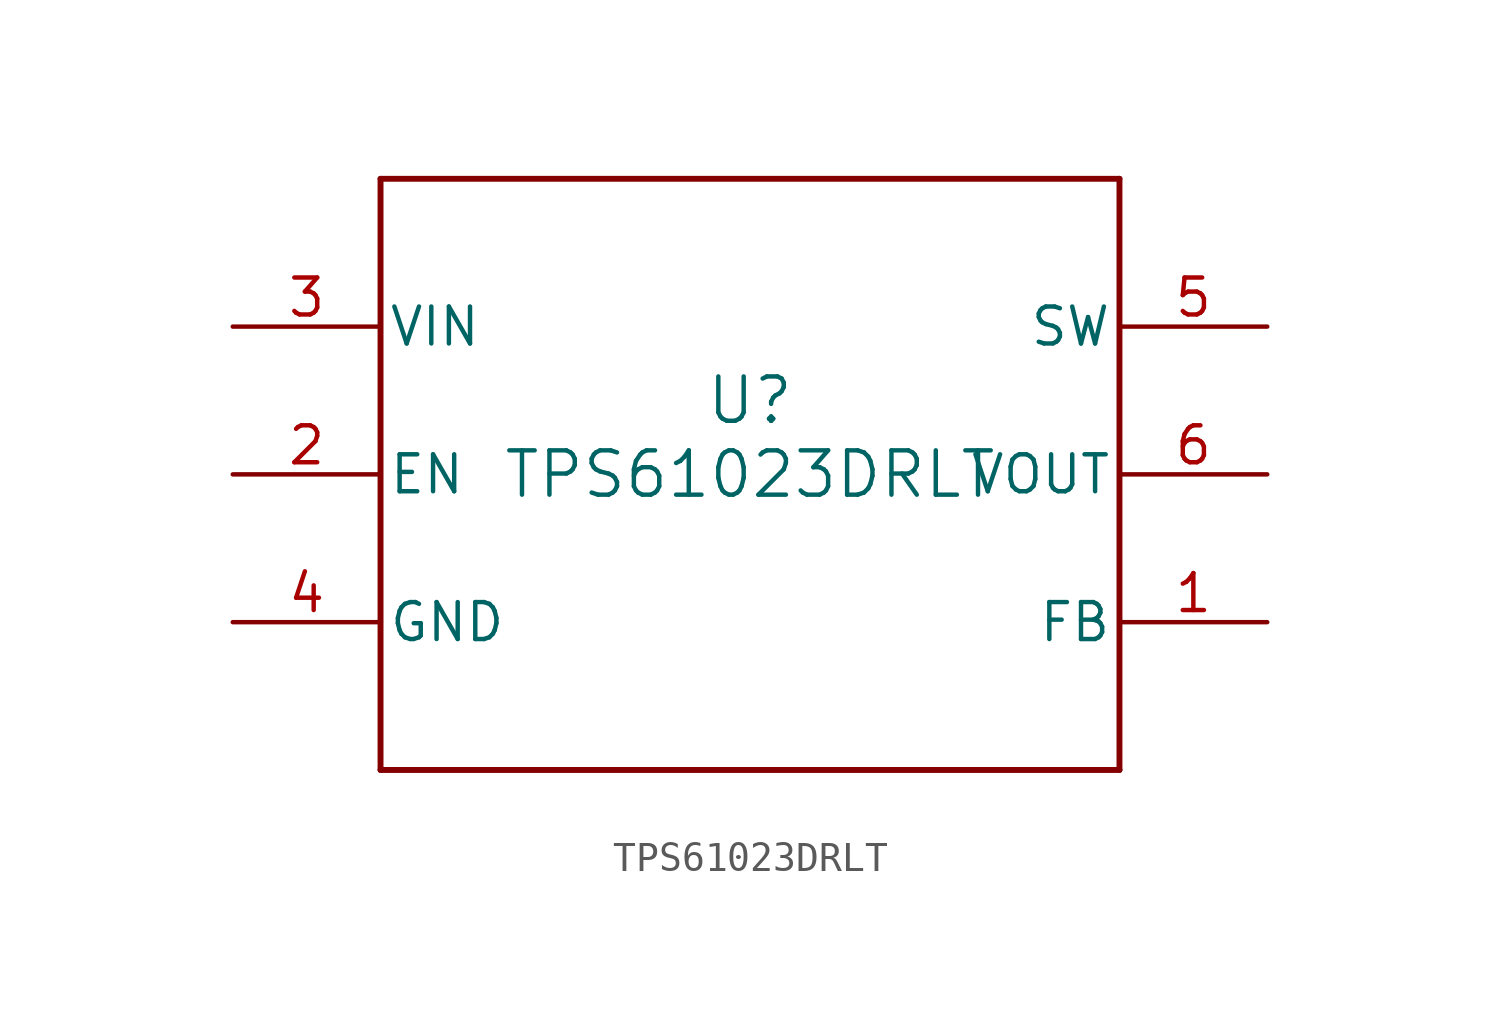
<source format=kicad_sym>
(kicad_symbol_lib
  (version 20211014)
  (generator kicad_symbol_editor)
  (symbol "TPS61023DRLT"
    (pin_names
      (offset 0.254))
    (property "Reference" "U"
      (at 0 2.54 0)
      (effects (font (size 1.524 1.524))))
    (property "Value" "TPS61023DRLT"
      (at 0 0 0)
      (effects (font (size 1.524 1.524))))
    (symbol "TPS61023DRLT_0_1"
      (polyline (pts (xy -12.7 -10.16) (xy 12.7 -10.16)) (stroke (width 0.203) (type default) (color 0 0 0 0)) (fill (type none)))
      (polyline (pts (xy 12.7 -10.16) (xy 12.7 10.16)) (stroke (width 0.203) (type default) (color 0 0 0 0)) (fill (type none)))
      (polyline (pts (xy 12.7 10.16) (xy -12.7 10.16)) (stroke (width 0.203) (type default) (color 0 0 0 0)) (fill (type none)))
      (polyline (pts (xy -12.7 10.16) (xy -12.7 -10.16)) (stroke (width 0.203) (type default) (color 0 0 0 0)) (fill (type none)))
      (pin input line (at 17.78 -5.08 180) (length 5.08) (name "FB" (effects (font (size 1.27 1.27)))) (number "1" (effects (font (size 1.27 1.27)))))
      (pin input line (at -17.78 0 0) (length 5.08) (name "EN" (effects (font (size 1.27 1.27)))) (number "2" (effects (font (size 1.27 1.27)))))
      (pin power_in line (at -17.78 5.08 0) (length 5.08) (name "VIN" (effects (font (size 1.27 1.27)))) (number "3" (effects (font (size 1.27 1.27)))))
      (pin power_in line (at -17.78 -5.08 0) (length 5.08) (name "GND" (effects (font (size 1.27 1.27)))) (number "4" (effects (font (size 1.27 1.27)))))
      (pin power_in line (at 17.78 5.08 180) (length 5.08) (name "SW" (effects (font (size 1.27 1.27)))) (number "5" (effects (font (size 1.27 1.27)))))
      (pin power_in line (at 17.78 0 180) (length 5.08) (name "VOUT" (effects (font (size 1.27 1.27)))) (number "6" (effects (font (size 1.27 1.27))))))))
</source>
